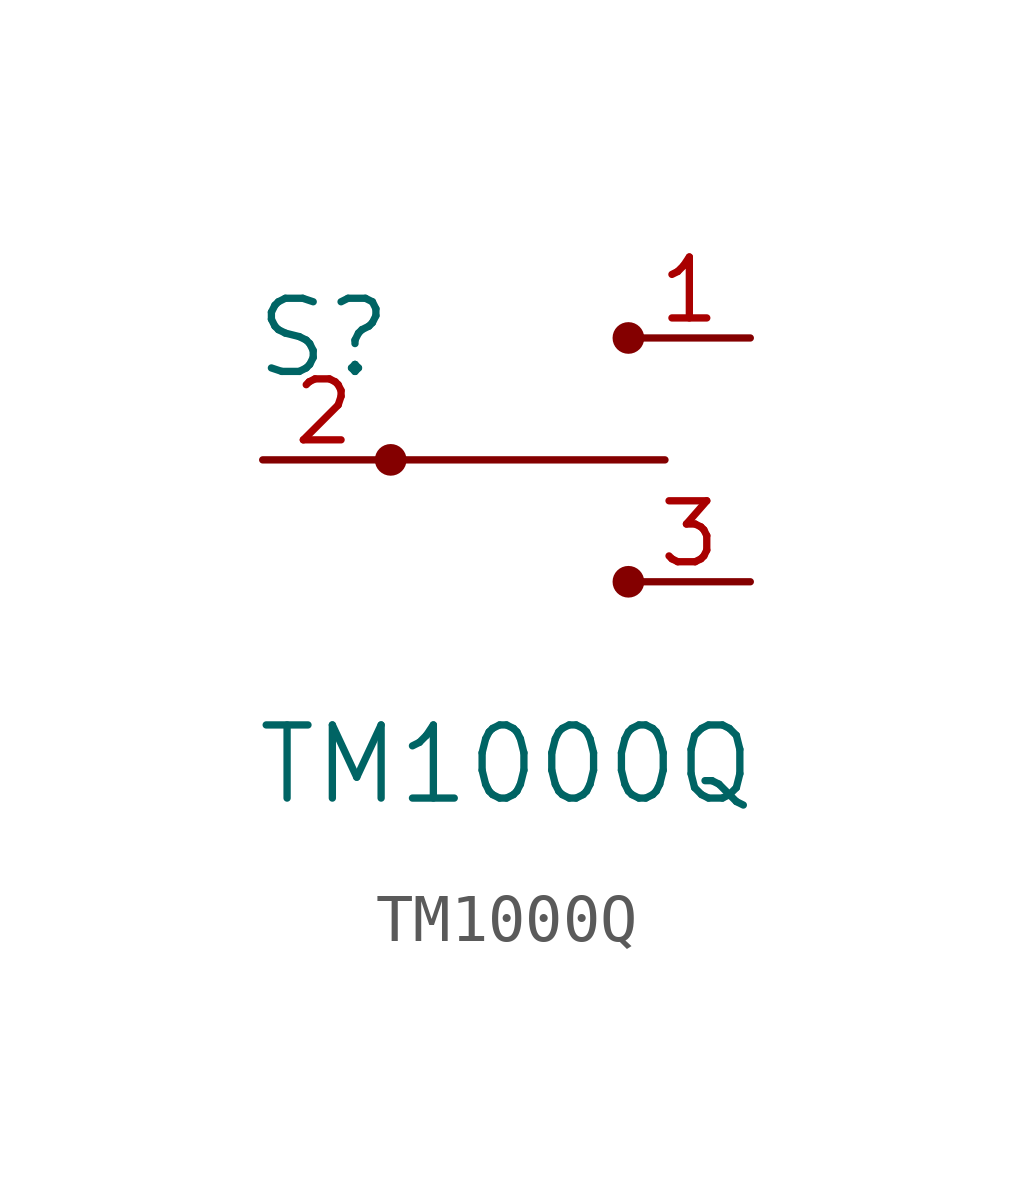
<source format=kicad_sym>
(kicad_symbol_lib
  (version 20231120)
  (generator "kicad_symbol_editor")
  (generator_version "8.0")
  (symbol "TM1000Q"
    (pin_names
      (offset 0) hide)
    (property "Reference" "S"
      (at -3.81 2.54 0)
      (effects (font (size 1.524 1.524))))
    (property "Value" "TM1000Q"
      (at 0 -6.35 0)
      (effects (font (size 1.524 1.524))))
    (symbol "TM1000Q_0_1"
      (circle (center -2.413 0) (radius 0.254) (stroke (width 0) (type default)) (fill (type outline)))
      (polyline (pts (xy -2.286 0) (xy 3.302 0)) (stroke (width 0) (type default)) (fill (type none)))
      (circle (center 2.54 -2.54) (radius 0.254) (stroke (width 0) (type default)) (fill (type outline)))
      (circle (center 2.54 2.54) (radius 0.254) (stroke (width 0) (type default)) (fill (type outline))))
    (symbol "TM1000Q_1_1"
      (pin passive line (at 5.08 2.54 180) (length 2.54) (name "Out" (effects (font (size 1.27 1.27)))) (number "1" (effects (font (size 1.27 1.27)))))
      (pin passive line (at -5.08 0 0) (length 2.54) (name "In" (effects (font (size 1.27 1.27)))) (number "2" (effects (font (size 1.27 1.27)))))
      (pin passive line (at 5.08 -2.54 180) (length 2.54) (name "Out" (effects (font (size 1.27 1.27)))) (number "3" (effects (font (size 1.27 1.27))))))))
</source>
